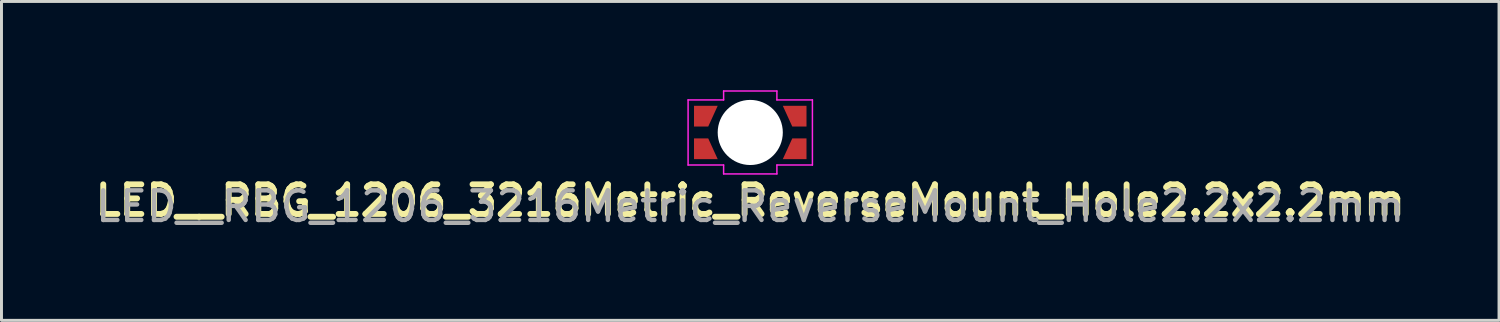
<source format=kicad_pcb>
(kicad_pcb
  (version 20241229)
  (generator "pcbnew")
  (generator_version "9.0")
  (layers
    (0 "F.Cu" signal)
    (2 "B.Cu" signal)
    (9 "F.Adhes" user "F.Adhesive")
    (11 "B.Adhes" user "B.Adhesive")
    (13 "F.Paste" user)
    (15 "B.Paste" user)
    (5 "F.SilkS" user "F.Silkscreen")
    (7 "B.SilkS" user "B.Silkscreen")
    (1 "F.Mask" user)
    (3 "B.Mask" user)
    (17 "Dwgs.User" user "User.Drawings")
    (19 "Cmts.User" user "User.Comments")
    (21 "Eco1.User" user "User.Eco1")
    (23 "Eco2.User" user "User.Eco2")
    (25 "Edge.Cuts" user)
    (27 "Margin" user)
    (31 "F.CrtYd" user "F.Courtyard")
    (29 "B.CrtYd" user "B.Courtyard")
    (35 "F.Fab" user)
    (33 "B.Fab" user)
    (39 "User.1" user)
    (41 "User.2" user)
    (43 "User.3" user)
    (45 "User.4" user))
  (footprint "LED__RBG_1206_3216Metric_ReverseMount_Hole2.2x2.2mm"
    (layer "F.Cu")
    (at 22.295 1.425)
    (property "Reference" "LED__RBG_1206_3216Metric_ReverseMount_Hole2.2x2.2mm" (at 0 2.3 0) (unlocked yes) (layer "F.SilkS") (effects (font (size 1 1) (thickness 0.2) (bold yes))))
    (attr smd)
    (fp_line (start -2.1 -1.1) (end -2.1 1.1) (stroke (width 0.05) (type default)) (layer "F.CrtYd"))
    (fp_line (start -2.1 1.1) (end -0.9 1.1) (stroke (width 0.05) (type default)) (layer "F.CrtYd"))
    (fp_line (start -0.9 -1.4) (end -0.9 -1.1) (stroke (width 0.05) (type default)) (layer "F.CrtYd"))
    (fp_line (start -0.9 -1.1) (end -2.1 -1.1) (stroke (width 0.05) (type default)) (layer "F.CrtYd"))
    (fp_line (start -0.9 1.4) (end -0.9 1.1) (stroke (width 0.05) (type default)) (layer "F.CrtYd"))
    (fp_line (start -0.9 1.4) (end 0.9 1.4) (stroke (width 0.05) (type default)) (layer "F.CrtYd"))
    (fp_line (start 0.9 -1.4) (end -0.9 -1.4) (stroke (width 0.05) (type default)) (layer "F.CrtYd"))
    (fp_line (start 0.9 -1.4) (end 0.9 -1.1) (stroke (width 0.05) (type default)) (layer "F.CrtYd"))
    (fp_line (start 0.9 1.1) (end 0.9 1.4) (stroke (width 0.05) (type default)) (layer "F.CrtYd"))
    (fp_line (start 0.9 1.1) (end 2.1 1.1) (stroke (width 0.05) (type default)) (layer "F.CrtYd"))
    (fp_line (start 2.1 -1.1) (end 0.9 -1.1) (stroke (width 0.05) (type default)) (layer "F.CrtYd"))
    (fp_line (start 2.1 1.1) (end 2.1 -1.1) (stroke (width 0.05) (type default)) (layer "F.CrtYd"))
    (fp_text user "${REFERENCE}" (at 0 2.5 0) (unlocked yes) (layer "F.Fab") (effects (font (size 1 1) (thickness 0.15))))
    (pad "" np_thru_hole circle (at 0 0) (size 2.2 2.2) (drill 2.2) (layers "*.Cu" "*.Mask"))
    (pad "1" smd custom (at -1.66 0.55) (size 0.48 0.7) (layers "F.Cu" "F.Mask" "F.Paste") (options (anchor rect)) (primitives (gr_poly (pts (xy 0.16 0.35) (xy 0.56 0.35) (xy 0.24 -0.35)) (width 0) (fill yes))))
    (pad "2" smd custom (at 1.66 0.55) (size 0.48 0.7) (layers "F.Cu" "F.Mask" "F.Paste") (options (anchor rect)) (primitives (gr_poly (pts (xy -0.16 0.35) (xy -0.56 0.35) (xy -0.24 -0.35)) (width 0) (fill yes))))
    (pad "3" smd custom (at -1.66 -0.55) (size 0.48 0.7) (layers "F.Cu" "F.Mask" "F.Paste") (options (anchor rect)) (primitives (gr_poly (pts (xy 0.16 -0.35) (xy 0.56 -0.35) (xy 0.24 0.35)) (width 0) (fill yes))))
    (pad "4" smd custom (at 1.66 -0.55) (size 0.48 0.7) (layers "F.Cu" "F.Mask" "F.Paste") (options (anchor rect)) (primitives (gr_poly (pts (xy -0.16 -0.35) (xy -0.56 -0.35) (xy -0.24 0.35)) (width 0) (fill yes)))))
  (gr_rect
    (start -3 -3)
    (end 47.59 7.773)
    (stroke (width 0.1) (type default))
    (fill no)
    (layer "Edge.Cuts")))
</source>
